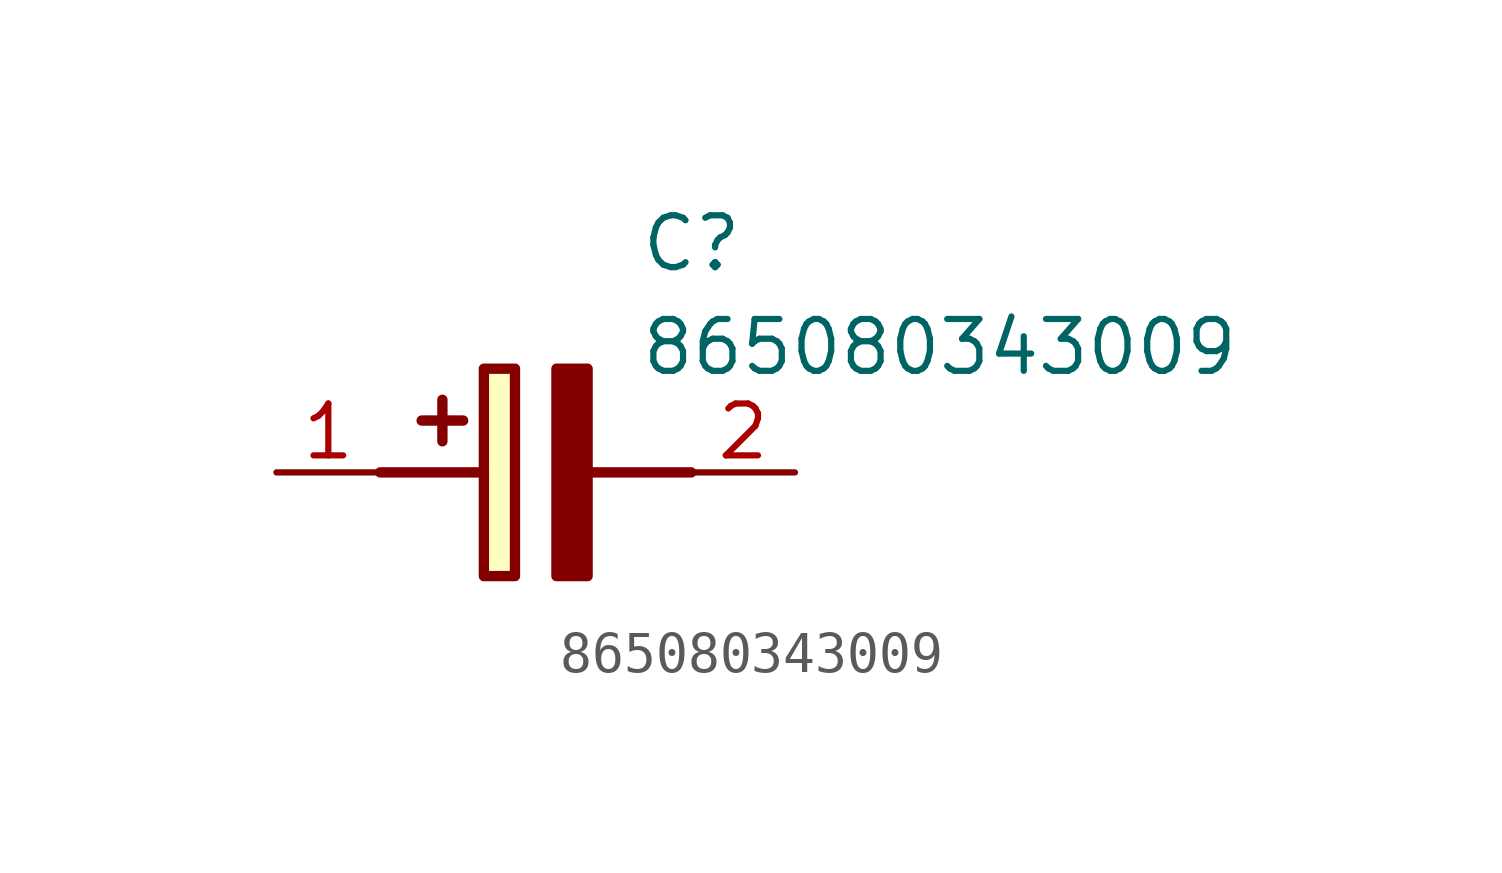
<source format=kicad_sym>
(kicad_symbol_lib
  (version 20211014)
  (generator SamacSys_ECAD_Model)
  (symbol "865080343009"
    (pin_names hide)
    (property "Reference" "C"
      (at 8.89 6.35 0)
      (effects (font (size 1.27 1.27)) (justify left top)))
    (property "Value" "865080343009"
      (at 8.89 3.81 0)
      (effects (font (size 1.27 1.27)) (justify left top)))
    (rectangle
      (start 5.08 2.54)
      (end 5.842 -2.54)
      (stroke (width 0.254) (type default))
      (fill (type background)))
    (polyline
      (pts (xy 4.572 1.27) (xy 3.556 1.27))
      (stroke (width 0.254) (type default))
      (fill (type none)))
    (polyline
      (pts (xy 4.064 1.778) (xy 4.064 0.762))
      (stroke (width 0.254) (type default))
      (fill (type none)))
    (polyline
      (pts (xy 2.54 0) (xy 5.08 0))
      (stroke (width 0.254) (type default))
      (fill (type none)))
    (polyline
      (pts (xy 7.62 0) (xy 10.16 0))
      (stroke (width 0.254) (type default))
      (fill (type none)))
    (polyline
      (pts (xy 7.62 2.54) (xy 7.62 -2.54) (xy 6.858 -2.54) (xy 6.858 2.54) (xy 7.62 2.54))
      (stroke (width 0.254) (type default))
      (fill (type outline)))
    (pin passive line
      (at 0 0 0)
      (length 2.54)
      (name "+" (effects (font (size 1.27 1.27))))
      (number "1" (effects (font (size 1.27 1.27)))))
    (pin passive line
      (at 12.7 0 180)
      (length 2.54)
      (name "-" (effects (font (size 1.27 1.27))))
      (number "2" (effects (font (size 1.27 1.27)))))))
</source>
